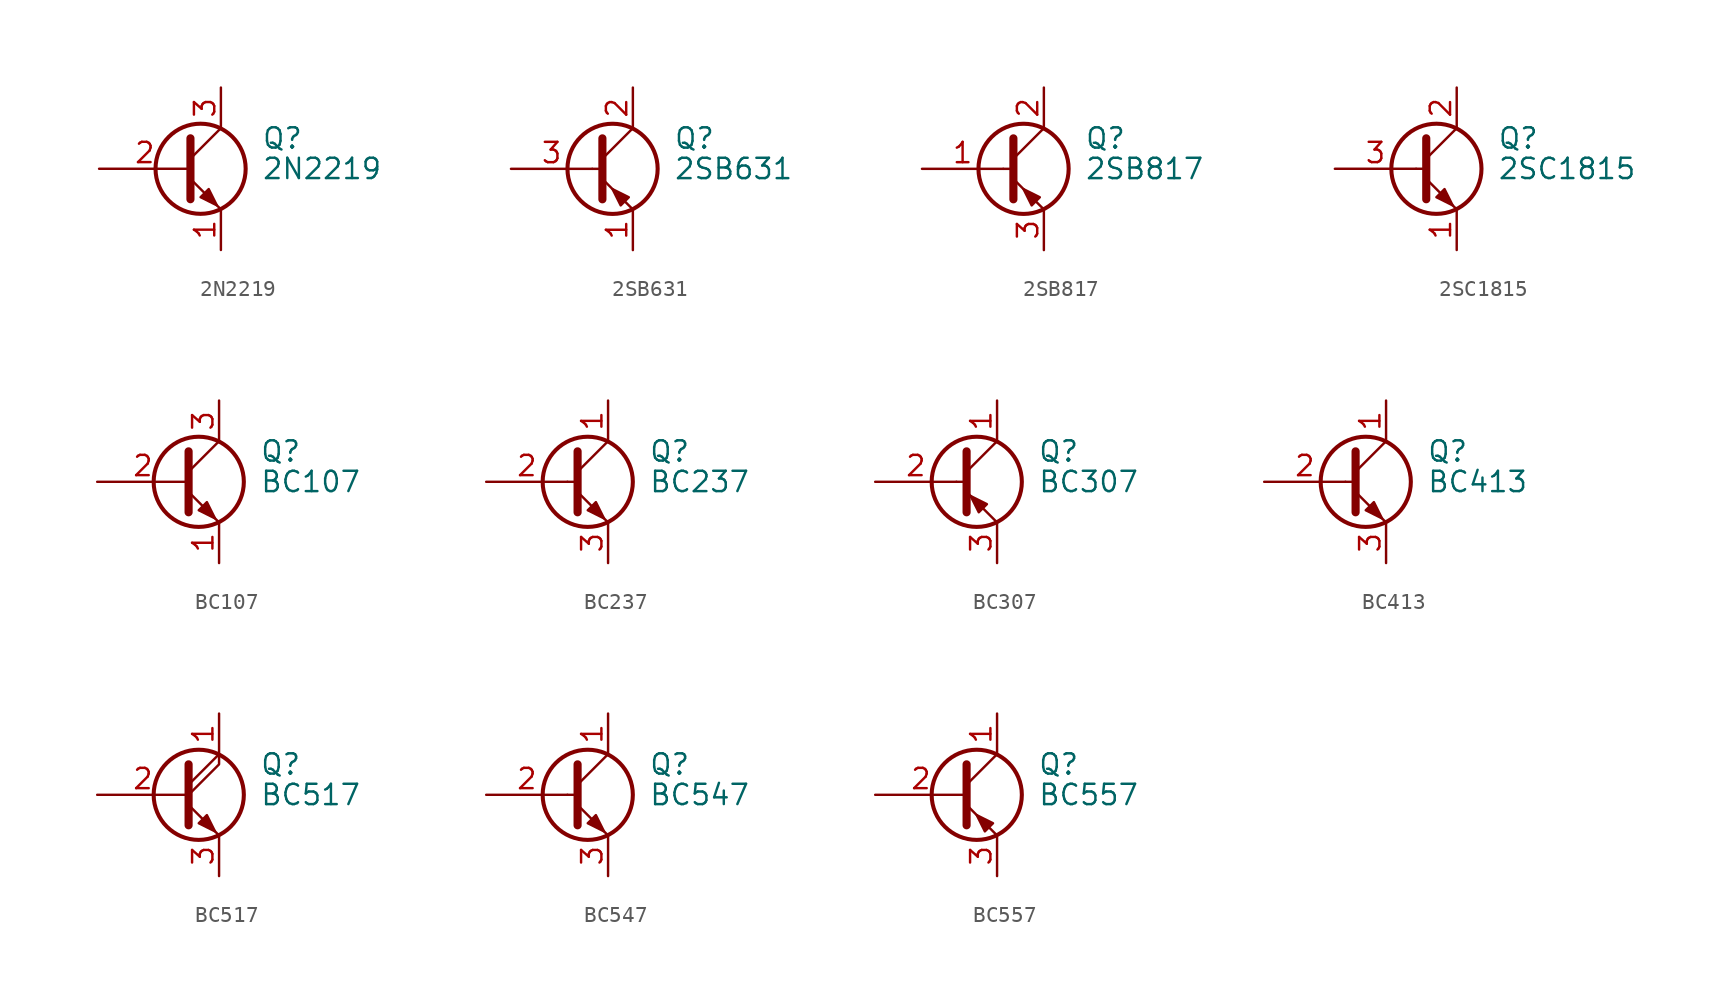
<source format=kicad_sym>
(kicad_symbol_lib
  (version 20211014)
  (generator kicad_symbol_editor)
  (symbol "2N2219"
    (pin_names
      (offset 0) hide)
    (property "Reference" "Q"
      (at 5.08 1.905 0)
      (effects (font (size 1.27 1.27)) (justify left)))
    (property "Value" "2N2219"
      (at 5.08 0 0)
      (effects (font (size 1.27 1.27)) (justify left)))
    (symbol "2N2219_0_1"
      (polyline (pts (xy 0.635 0.635) (xy 2.54 2.54)) (stroke (width 0) (type default) (color 0 0 0 0)) (fill (type none)))
      (polyline (pts (xy 0.635 -0.635) (xy 2.54 -2.54) (xy 2.54 -2.54)) (stroke (width 0) (type default) (color 0 0 0 0)) (fill (type none)))
      (polyline (pts (xy 0.635 1.905) (xy 0.635 -1.905) (xy 0.635 -1.905)) (stroke (width 0.508) (type default) (color 0 0 0 0)) (fill (type none)))
      (polyline (pts (xy 1.27 -1.778) (xy 1.778 -1.27) (xy 2.286 -2.286) (xy 1.27 -1.778) (xy 1.27 -1.778)) (stroke (width 0) (type default) (color 0 0 0 0)) (fill (type outline)))
      (circle (center 1.27 0) (radius 2.819) (stroke (width 0.254) (type default) (color 0 0 0 0)) (fill (type none))))
    (symbol "2N2219_1_1"
      (pin passive line (at 2.54 -5.08 90) (length 2.54) (name "E" (effects (font (size 1.27 1.27)))) (number "1" (effects (font (size 1.27 1.27)))))
      (pin passive line (at -5.08 0 0) (length 5.715) (name "B" (effects (font (size 1.27 1.27)))) (number "2" (effects (font (size 1.27 1.27)))))
      (pin passive line (at 2.54 5.08 270) (length 2.54) (name "C" (effects (font (size 1.27 1.27)))) (number "3" (effects (font (size 1.27 1.27)))))))
  (symbol "2SB631"
    (pin_names
      (offset 0) hide)
    (property "Reference" "Q"
      (at 5.08 1.905 0)
      (effects (font (size 1.27 1.27)) (justify left)))
    (property "Value" "2SB631"
      (at 5.08 0 0)
      (effects (font (size 1.27 1.27)) (justify left)))
    (symbol "2SB631_0_1"
      (polyline (pts (xy 0 0) (xy 0.635 0)) (stroke (width 0) (type default) (color 0 0 0 0)) (fill (type none)))
      (polyline (pts (xy 2.54 -2.54) (xy 0.635 -0.635)) (stroke (width 0) (type default) (color 0 0 0 0)) (fill (type none)))
      (polyline (pts (xy 2.54 2.54) (xy 0.635 0.635)) (stroke (width 0) (type default) (color 0 0 0 0)) (fill (type none)))
      (polyline (pts (xy 0.635 1.905) (xy 0.635 -1.905) (xy 0.635 -1.905)) (stroke (width 0.508) (type default) (color 0 0 0 0)) (fill (type outline)))
      (polyline (pts (xy 1.778 -2.286) (xy 2.286 -1.778) (xy 1.27 -1.27) (xy 1.778 -2.286) (xy 1.778 -2.286)) (stroke (width 0) (type default) (color 0 0 0 0)) (fill (type outline)))
      (circle (center 1.27 0) (radius 2.819) (stroke (width 0.254) (type default) (color 0 0 0 0)) (fill (type none))))
    (symbol "2SB631_1_1"
      (pin passive line (at 2.54 -5.08 90) (length 2.54) (name "E" (effects (font (size 1.27 1.27)))) (number "1" (effects (font (size 1.27 1.27)))))
      (pin passive line (at 2.54 5.08 270) (length 2.54) (name "C" (effects (font (size 1.27 1.27)))) (number "2" (effects (font (size 1.27 1.27)))))
      (pin input line (at -5.08 0 0) (length 5.08) (name "B" (effects (font (size 1.27 1.27)))) (number "3" (effects (font (size 1.27 1.27)))))))
  (symbol "2SB817"
    (pin_names
      (offset 0) hide)
    (property "Reference" "Q"
      (at 5.08 1.905 0)
      (effects (font (size 1.27 1.27)) (justify left)))
    (property "Value" "2SB817"
      (at 5.08 0 0)
      (effects (font (size 1.27 1.27)) (justify left)))
    (symbol "2SB817_0_1"
      (polyline (pts (xy 0 0) (xy 0.635 0)) (stroke (width 0) (type default) (color 0 0 0 0)) (fill (type none)))
      (polyline (pts (xy 2.54 2.54) (xy 0.635 0.635)) (stroke (width 0) (type default) (color 0 0 0 0)) (fill (type none)))
      (polyline (pts (xy 0.635 -0.635) (xy 2.54 -2.54) (xy 2.54 -2.54)) (stroke (width 0) (type default) (color 0 0 0 0)) (fill (type none)))
      (polyline (pts (xy 0.635 1.905) (xy 0.635 -1.905) (xy 0.635 -1.905)) (stroke (width 0.508) (type default) (color 0 0 0 0)) (fill (type none)))
      (polyline (pts (xy 1.778 -2.286) (xy 2.286 -1.778) (xy 1.27 -1.27) (xy 1.778 -2.286) (xy 1.778 -2.286)) (stroke (width 0) (type default) (color 0 0 0 0)) (fill (type outline)))
      (circle (center 1.27 0) (radius 2.819) (stroke (width 0.254) (type default) (color 0 0 0 0)) (fill (type none))))
    (symbol "2SB817_1_1"
      (pin input line (at -5.08 0 0) (length 5.08) (name "B" (effects (font (size 1.27 1.27)))) (number "1" (effects (font (size 1.27 1.27)))))
      (pin passive line (at 2.54 5.08 270) (length 2.54) (name "C" (effects (font (size 1.27 1.27)))) (number "2" (effects (font (size 1.27 1.27)))))
      (pin passive line (at 2.54 -5.08 90) (length 2.54) (name "E" (effects (font (size 1.27 1.27)))) (number "3" (effects (font (size 1.27 1.27)))))))
  (symbol "2SC1815"
    (pin_names
      (offset 0) hide)
    (property "Reference" "Q"
      (at 5.08 1.905 0)
      (effects (font (size 1.27 1.27)) (justify left)))
    (property "Value" "2SC1815"
      (at 5.08 0 0)
      (effects (font (size 1.27 1.27)) (justify left)))
    (symbol "2SC1815_0_1"
      (polyline (pts (xy 0 0) (xy 0.508 0)) (stroke (width 0) (type default) (color 0 0 0 0)) (fill (type none)))
      (polyline (pts (xy 0.635 0.635) (xy 2.54 2.54)) (stroke (width 0) (type default) (color 0 0 0 0)) (fill (type none)))
      (polyline (pts (xy 0.635 -0.635) (xy 2.54 -2.54) (xy 2.54 -2.54)) (stroke (width 0) (type default) (color 0 0 0 0)) (fill (type none)))
      (polyline (pts (xy 0.635 1.905) (xy 0.635 -1.905) (xy 0.635 -1.905)) (stroke (width 0.508) (type default) (color 0 0 0 0)) (fill (type none)))
      (polyline (pts (xy 1.27 -1.778) (xy 1.778 -1.27) (xy 2.286 -2.286) (xy 1.27 -1.778) (xy 1.27 -1.778)) (stroke (width 0) (type default) (color 0 0 0 0)) (fill (type outline)))
      (circle (center 1.27 0) (radius 2.819) (stroke (width 0.254) (type default) (color 0 0 0 0)) (fill (type none))))
    (symbol "2SC1815_1_1"
      (pin passive line (at 2.54 -5.08 90) (length 2.54) (name "E" (effects (font (size 1.27 1.27)))) (number "1" (effects (font (size 1.27 1.27)))))
      (pin passive line (at 2.54 5.08 270) (length 2.54) (name "C" (effects (font (size 1.27 1.27)))) (number "2" (effects (font (size 1.27 1.27)))))
      (pin input line (at -5.08 0 0) (length 5.08) (name "B" (effects (font (size 1.27 1.27)))) (number "3" (effects (font (size 1.27 1.27)))))))
  (symbol "BC107"
    (pin_names
      (offset 0) hide)
    (property "Reference" "Q"
      (at 5.08 1.905 0)
      (effects (font (size 1.27 1.27)) (justify left)))
    (property "Value" "BC107"
      (at 5.08 0 0)
      (effects (font (size 1.27 1.27)) (justify left)))
    (symbol "BC107_0_1"
      (polyline (pts (xy 0.635 0.635) (xy 2.54 2.54)) (stroke (width 0) (type default) (color 0 0 0 0)) (fill (type none)))
      (polyline (pts (xy 0.635 -0.635) (xy 2.54 -2.54) (xy 2.54 -2.54)) (stroke (width 0) (type default) (color 0 0 0 0)) (fill (type none)))
      (polyline (pts (xy 0.635 1.905) (xy 0.635 -1.905) (xy 0.635 -1.905)) (stroke (width 0.508) (type default) (color 0 0 0 0)) (fill (type none)))
      (polyline (pts (xy 1.27 -1.778) (xy 1.778 -1.27) (xy 2.286 -2.286) (xy 1.27 -1.778) (xy 1.27 -1.778)) (stroke (width 0) (type default) (color 0 0 0 0)) (fill (type outline)))
      (circle (center 1.27 0) (radius 2.819) (stroke (width 0.254) (type default) (color 0 0 0 0)) (fill (type none))))
    (symbol "BC107_1_1"
      (pin passive line (at 2.54 -5.08 90) (length 2.54) (name "E" (effects (font (size 1.27 1.27)))) (number "1" (effects (font (size 1.27 1.27)))))
      (pin input line (at -5.08 0 0) (length 5.715) (name "B" (effects (font (size 1.27 1.27)))) (number "2" (effects (font (size 1.27 1.27)))))
      (pin passive line (at 2.54 5.08 270) (length 2.54) (name "C" (effects (font (size 1.27 1.27)))) (number "3" (effects (font (size 1.27 1.27)))))))
  (symbol "BC237"
    (pin_names
      (offset 0) hide)
    (property "Reference" "Q"
      (at 5.08 1.905 0)
      (effects (font (size 1.27 1.27)) (justify left)))
    (property "Value" "BC237"
      (at 5.08 0 0)
      (effects (font (size 1.27 1.27)) (justify left)))
    (symbol "BC237_0_1"
      (polyline (pts (xy 0 0) (xy 0.635 0)) (stroke (width 0) (type default) (color 0 0 0 0)) (fill (type none)))
      (polyline (pts (xy 0.635 0.635) (xy 2.54 2.54)) (stroke (width 0) (type default) (color 0 0 0 0)) (fill (type none)))
      (polyline (pts (xy 0.635 -0.635) (xy 2.54 -2.54) (xy 2.54 -2.54)) (stroke (width 0) (type default) (color 0 0 0 0)) (fill (type none)))
      (polyline (pts (xy 0.635 1.905) (xy 0.635 -1.905) (xy 0.635 -1.905)) (stroke (width 0.508) (type default) (color 0 0 0 0)) (fill (type none)))
      (polyline (pts (xy 1.27 -1.778) (xy 1.778 -1.27) (xy 2.286 -2.286) (xy 1.27 -1.778) (xy 1.27 -1.778)) (stroke (width 0) (type default) (color 0 0 0 0)) (fill (type outline)))
      (circle (center 1.27 0) (radius 2.819) (stroke (width 0.254) (type default) (color 0 0 0 0)) (fill (type none))))
    (symbol "BC237_1_1"
      (pin passive line (at 2.54 5.08 270) (length 2.54) (name "C" (effects (font (size 1.27 1.27)))) (number "1" (effects (font (size 1.27 1.27)))))
      (pin input line (at -5.08 0 0) (length 5.08) (name "B" (effects (font (size 1.27 1.27)))) (number "2" (effects (font (size 1.27 1.27)))))
      (pin passive line (at 2.54 -5.08 90) (length 2.54) (name "E" (effects (font (size 1.27 1.27)))) (number "3" (effects (font (size 1.27 1.27)))))))
  (symbol "BC307"
    (pin_names
      (offset 0) hide)
    (property "Reference" "Q"
      (at 5.08 1.905 0)
      (effects (font (size 1.27 1.27)) (justify left)))
    (property "Value" "BC307"
      (at 5.08 0 0)
      (effects (font (size 1.27 1.27)) (justify left)))
    (symbol "BC307_0_1"
      (polyline (pts (xy 0 0) (xy 0.635 0)) (stroke (width 0) (type default) (color 0 0 0 0)) (fill (type none)))
      (polyline (pts (xy 2.54 -2.54) (xy 0.635 -0.635)) (stroke (width 0) (type default) (color 0 0 0 0)) (fill (type none)))
      (polyline (pts (xy 2.54 2.54) (xy 0.635 0.635)) (stroke (width 0) (type default) (color 0 0 0 0)) (fill (type none)))
      (polyline (pts (xy 0.635 1.905) (xy 0.635 -1.905) (xy 0.635 -1.905)) (stroke (width 0.508) (type default) (color 0 0 0 0)) (fill (type outline)))
      (polyline (pts (xy 1.397 -1.905) (xy 1.905 -1.397) (xy 0.889 -0.889) (xy 1.397 -1.905) (xy 1.397 -1.905)) (stroke (width 0) (type default) (color 0 0 0 0)) (fill (type outline)))
      (circle (center 1.27 0) (radius 2.819) (stroke (width 0.254) (type default) (color 0 0 0 0)) (fill (type none))))
    (symbol "BC307_1_1"
      (pin passive line (at 2.54 5.08 270) (length 2.54) (name "C" (effects (font (size 1.27 1.27)))) (number "1" (effects (font (size 1.27 1.27)))))
      (pin input line (at -5.08 0 0) (length 5.08) (name "B" (effects (font (size 1.27 1.27)))) (number "2" (effects (font (size 1.27 1.27)))))
      (pin passive line (at 2.54 -5.08 90) (length 2.54) (name "E" (effects (font (size 1.27 1.27)))) (number "3" (effects (font (size 1.27 1.27)))))))
  (symbol "BC413"
    (pin_names
      (offset 0) hide)
    (property "Reference" "Q"
      (at 5.08 1.905 0)
      (effects (font (size 1.27 1.27)) (justify left)))
    (property "Value" "BC413"
      (at 5.08 0 0)
      (effects (font (size 1.27 1.27)) (justify left)))
    (symbol "BC413_0_1"
      (polyline (pts (xy 0 0) (xy 0.635 0)) (stroke (width 0) (type default) (color 0 0 0 0)) (fill (type none)))
      (polyline (pts (xy 0.635 0.635) (xy 2.54 2.54)) (stroke (width 0) (type default) (color 0 0 0 0)) (fill (type none)))
      (polyline (pts (xy 0.635 -0.635) (xy 2.54 -2.54) (xy 2.54 -2.54)) (stroke (width 0) (type default) (color 0 0 0 0)) (fill (type none)))
      (polyline (pts (xy 0.635 1.905) (xy 0.635 -1.905) (xy 0.635 -1.905)) (stroke (width 0.508) (type default) (color 0 0 0 0)) (fill (type none)))
      (polyline (pts (xy 1.27 -1.778) (xy 1.778 -1.27) (xy 2.286 -2.286) (xy 1.27 -1.778) (xy 1.27 -1.778)) (stroke (width 0) (type default) (color 0 0 0 0)) (fill (type outline)))
      (circle (center 1.27 0) (radius 2.819) (stroke (width 0.254) (type default) (color 0 0 0 0)) (fill (type none))))
    (symbol "BC413_1_1"
      (pin passive line (at 2.54 5.08 270) (length 2.54) (name "C" (effects (font (size 1.27 1.27)))) (number "1" (effects (font (size 1.27 1.27)))))
      (pin input line (at -5.08 0 0) (length 5.08) (name "B" (effects (font (size 1.27 1.27)))) (number "2" (effects (font (size 1.27 1.27)))))
      (pin passive line (at 2.54 -5.08 90) (length 2.54) (name "E" (effects (font (size 1.27 1.27)))) (number "3" (effects (font (size 1.27 1.27)))))))
  (symbol "BC517"
    (pin_names
      (offset 0) hide)
    (property "Reference" "Q"
      (at 5.08 1.905 0)
      (effects (font (size 1.27 1.27)) (justify left)))
    (property "Value" "BC517"
      (at 5.08 0 0)
      (effects (font (size 1.27 1.27)) (justify left)))
    (symbol "BC517_0_1"
      (polyline (pts (xy 0.635 0.635) (xy 2.54 2.54)) (stroke (width 0) (type default) (color 0 0 0 0)) (fill (type none)))
      (polyline (pts (xy 0.635 -0.635) (xy 2.54 -2.54) (xy 2.54 -2.54)) (stroke (width 0) (type default) (color 0 0 0 0)) (fill (type none)))
      (polyline (pts (xy 0.635 0) (xy 2.54 1.905) (xy 2.54 2.54)) (stroke (width 0) (type default) (color 0 0 0 0)) (fill (type none)))
      (polyline (pts (xy 0.635 1.905) (xy 0.635 -1.905) (xy 0.635 -1.905)) (stroke (width 0.508) (type default) (color 0 0 0 0)) (fill (type none)))
      (polyline (pts (xy 1.27 -1.778) (xy 1.778 -1.27) (xy 2.286 -2.286) (xy 1.27 -1.778) (xy 1.27 -1.778)) (stroke (width 0) (type default) (color 0 0 0 0)) (fill (type outline)))
      (circle (center 1.27 0) (radius 2.819) (stroke (width 0.254) (type default) (color 0 0 0 0)) (fill (type none))))
    (symbol "BC517_1_1"
      (pin passive line (at 2.54 5.08 270) (length 2.54) (name "C" (effects (font (size 1.27 1.27)))) (number "1" (effects (font (size 1.27 1.27)))))
      (pin input line (at -5.08 0 0) (length 5.715) (name "B" (effects (font (size 1.27 1.27)))) (number "2" (effects (font (size 1.27 1.27)))))
      (pin passive line (at 2.54 -5.08 90) (length 2.54) (name "E" (effects (font (size 1.27 1.27)))) (number "3" (effects (font (size 1.27 1.27)))))))
  (symbol "BC547"
    (pin_names
      (offset 0) hide)
    (property "Reference" "Q"
      (at 5.08 1.905 0)
      (effects (font (size 1.27 1.27)) (justify left)))
    (property "Value" "BC547"
      (at 5.08 0 0)
      (effects (font (size 1.27 1.27)) (justify left)))
    (symbol "BC547_0_1"
      (polyline (pts (xy 0 0) (xy 0.635 0)) (stroke (width 0) (type default) (color 0 0 0 0)) (fill (type none)))
      (polyline (pts (xy 0.635 0.635) (xy 2.54 2.54)) (stroke (width 0) (type default) (color 0 0 0 0)) (fill (type none)))
      (polyline (pts (xy 0.635 -0.635) (xy 2.54 -2.54) (xy 2.54 -2.54)) (stroke (width 0) (type default) (color 0 0 0 0)) (fill (type none)))
      (polyline (pts (xy 0.635 1.905) (xy 0.635 -1.905) (xy 0.635 -1.905)) (stroke (width 0.508) (type default) (color 0 0 0 0)) (fill (type none)))
      (polyline (pts (xy 1.27 -1.778) (xy 1.778 -1.27) (xy 2.286 -2.286) (xy 1.27 -1.778) (xy 1.27 -1.778)) (stroke (width 0) (type default) (color 0 0 0 0)) (fill (type outline)))
      (circle (center 1.27 0) (radius 2.819) (stroke (width 0.254) (type default) (color 0 0 0 0)) (fill (type none))))
    (symbol "BC547_1_1"
      (pin passive line (at 2.54 5.08 270) (length 2.54) (name "C" (effects (font (size 1.27 1.27)))) (number "1" (effects (font (size 1.27 1.27)))))
      (pin input line (at -5.08 0 0) (length 5.08) (name "B" (effects (font (size 1.27 1.27)))) (number "2" (effects (font (size 1.27 1.27)))))
      (pin passive line (at 2.54 -5.08 90) (length 2.54) (name "E" (effects (font (size 1.27 1.27)))) (number "3" (effects (font (size 1.27 1.27)))))))
  (symbol "BC557"
    (pin_names
      (offset 0) hide)
    (property "Reference" "Q"
      (at 5.08 1.905 0)
      (effects (font (size 1.27 1.27)) (justify left)))
    (property "Value" "BC557"
      (at 5.08 0 0)
      (effects (font (size 1.27 1.27)) (justify left)))
    (symbol "BC557_0_1"
      (polyline (pts (xy 0.635 0.635) (xy 2.54 2.54)) (stroke (width 0) (type default) (color 0 0 0 0)) (fill (type none)))
      (polyline (pts (xy 0.635 -0.635) (xy 2.54 -2.54) (xy 2.54 -2.54)) (stroke (width 0) (type default) (color 0 0 0 0)) (fill (type none)))
      (polyline (pts (xy 0.635 1.905) (xy 0.635 -1.905) (xy 0.635 -1.905)) (stroke (width 0.508) (type default) (color 0 0 0 0)) (fill (type none)))
      (polyline (pts (xy 2.286 -1.778) (xy 1.778 -2.286) (xy 1.27 -1.27) (xy 2.286 -1.778) (xy 2.286 -1.778)) (stroke (width 0) (type default) (color 0 0 0 0)) (fill (type outline)))
      (circle (center 1.27 0) (radius 2.819) (stroke (width 0.254) (type default) (color 0 0 0 0)) (fill (type none))))
    (symbol "BC557_1_1"
      (pin passive line (at 2.54 5.08 270) (length 2.54) (name "C" (effects (font (size 1.27 1.27)))) (number "1" (effects (font (size 1.27 1.27)))))
      (pin input line (at -5.08 0 0) (length 5.715) (name "B" (effects (font (size 1.27 1.27)))) (number "2" (effects (font (size 1.27 1.27)))))
      (pin passive line (at 2.54 -5.08 90) (length 2.54) (name "E" (effects (font (size 1.27 1.27)))) (number "3" (effects (font (size 1.27 1.27))))))))
</source>
